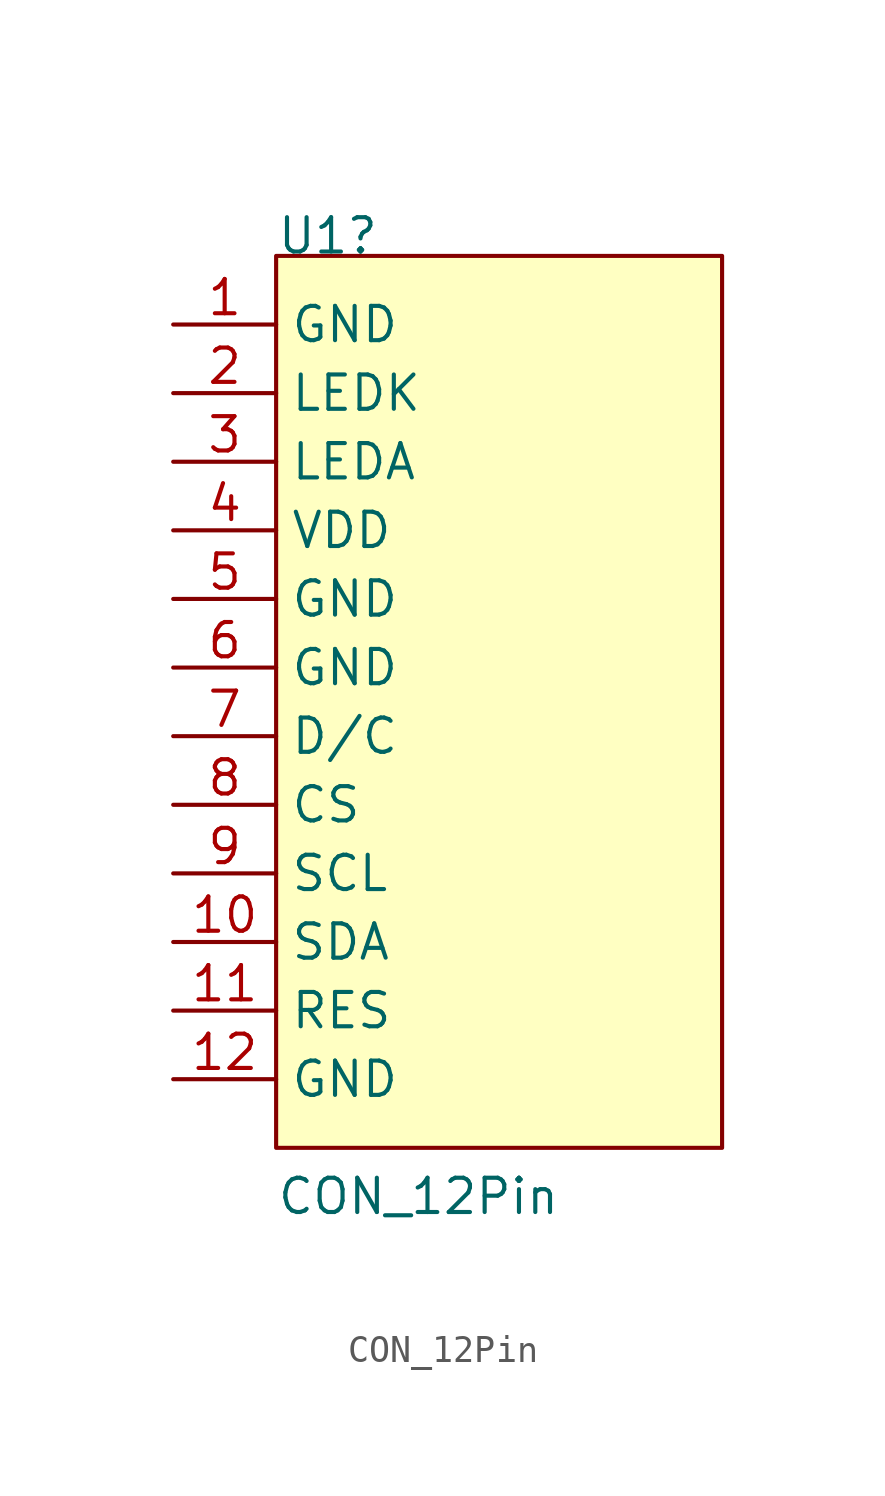
<source format=kicad_sym>
(kicad_symbol_lib
  (version 20211014)
  (generator kicad_symbol_editor)
  (symbol "CON_12Pin"
    (property "Reference" "U1"
      (at -8.89 17.78 0)
      (effects (font (size 1.27 1.27)) (justify left bottom)))
    (property "Value" "CON_12Pin"
      (at -8.89 -17.78 0)
      (effects (font (size 1.27 1.27)) (justify left bottom)))
    (symbol "CON_12Pin_1_0"
      (rectangle (start 7.62 17.78) (end -8.89 -15.24) (stroke (width 0) (type default) (color 0 0 0 0)) (fill (type background)))
      (pin passive line (at -12.7 15.24 0) (length 3.81) (name "GND" (effects (font (size 1.27 1.27)))) (number "1" (effects (font (size 1.27 1.27)))))
      (pin passive line (at -12.7 -7.62 0) (length 3.81) (name "SDA" (effects (font (size 1.27 1.27)))) (number "10" (effects (font (size 1.27 1.27)))))
      (pin passive line (at -12.7 -10.16 0) (length 3.81) (name "RES" (effects (font (size 1.27 1.27)))) (number "11" (effects (font (size 1.27 1.27)))))
      (pin passive line (at -12.7 -12.7 0) (length 3.81) (name "GND" (effects (font (size 1.27 1.27)))) (number "12" (effects (font (size 1.27 1.27)))))
      (pin passive line (at -12.7 12.7 0) (length 3.81) (name "LEDK" (effects (font (size 1.27 1.27)))) (number "2" (effects (font (size 1.27 1.27)))))
      (pin passive line (at -12.7 10.16 0) (length 3.81) (name "LEDA" (effects (font (size 1.27 1.27)))) (number "3" (effects (font (size 1.27 1.27)))))
      (pin passive line (at -12.7 7.62 0) (length 3.81) (name "VDD" (effects (font (size 1.27 1.27)))) (number "4" (effects (font (size 1.27 1.27)))))
      (pin passive line (at -12.7 5.08 0) (length 3.81) (name "GND" (effects (font (size 1.27 1.27)))) (number "5" (effects (font (size 1.27 1.27)))))
      (pin passive line (at -12.7 2.54 0) (length 3.81) (name "GND" (effects (font (size 1.27 1.27)))) (number "6" (effects (font (size 1.27 1.27)))))
      (pin passive line (at -12.7 0 0) (length 3.81) (name "D/C" (effects (font (size 1.27 1.27)))) (number "7" (effects (font (size 1.27 1.27)))))
      (pin passive line (at -12.7 -2.54 0) (length 3.81) (name "CS" (effects (font (size 1.27 1.27)))) (number "8" (effects (font (size 1.27 1.27)))))
      (pin passive line (at -12.7 -5.08 0) (length 3.81) (name "SCL" (effects (font (size 1.27 1.27)))) (number "9" (effects (font (size 1.27 1.27))))))))
</source>
